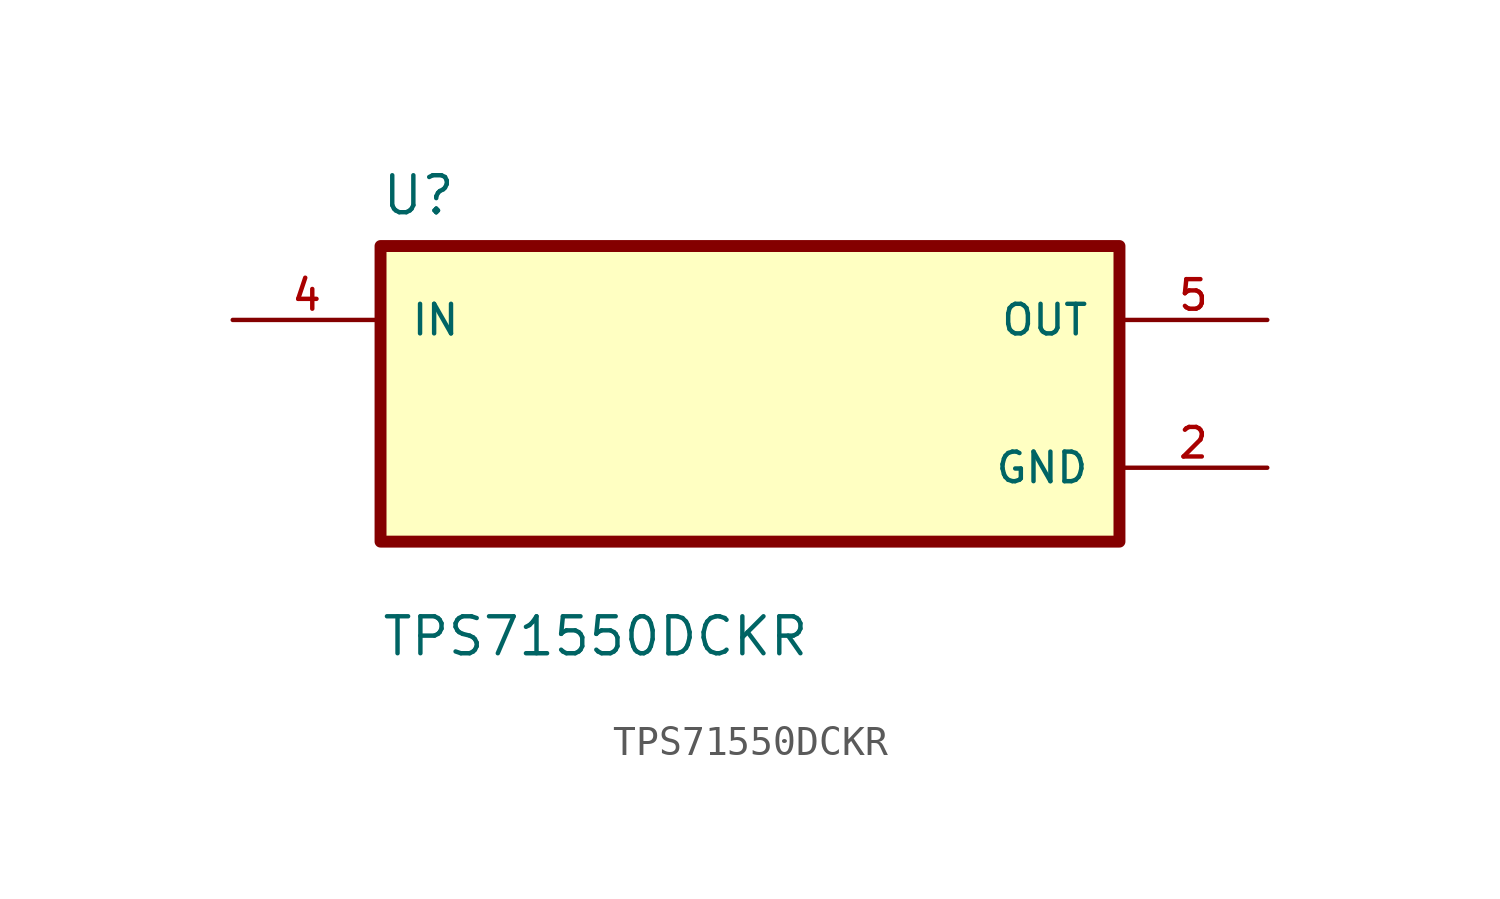
<source format=kicad_sym>
(kicad_symbol_lib
  (version 20211014)
  (generator kicad_symbol_editor)
  (symbol "TPS71550DCKR"
    (pin_names
      (offset 1.016))
    (property "Reference" "U"
      (at -12.7 6.08 0.0)
      (effects (font (size 1.27 1.27)) (justify bottom left)))
    (property "Value" "TPS71550DCKR"
      (at -12.7 -9.08 0.0)
      (effects (font (size 1.27 1.27)) (justify bottom left)))
    (symbol "TPS71550DCKR_0_0"
      (rectangle (start -12.7 -5.08) (end 12.7 5.08) (stroke (width 0.41)) (fill (type background)))
      (pin input line (at -17.78 2.54 0) (length 5.08) (name "IN" (effects (font (size 1.016 1.016)))) (number "4" (effects (font (size 1.016 1.016)))))
      (pin output line (at 17.78 2.54 180.0) (length 5.08) (name "OUT" (effects (font (size 1.016 1.016)))) (number "5" (effects (font (size 1.016 1.016)))))
      (pin power_in line (at 17.78 -2.54 180.0) (length 5.08) (name "GND" (effects (font (size 1.016 1.016)))) (number "2" (effects (font (size 1.016 1.016))))))))
</source>
